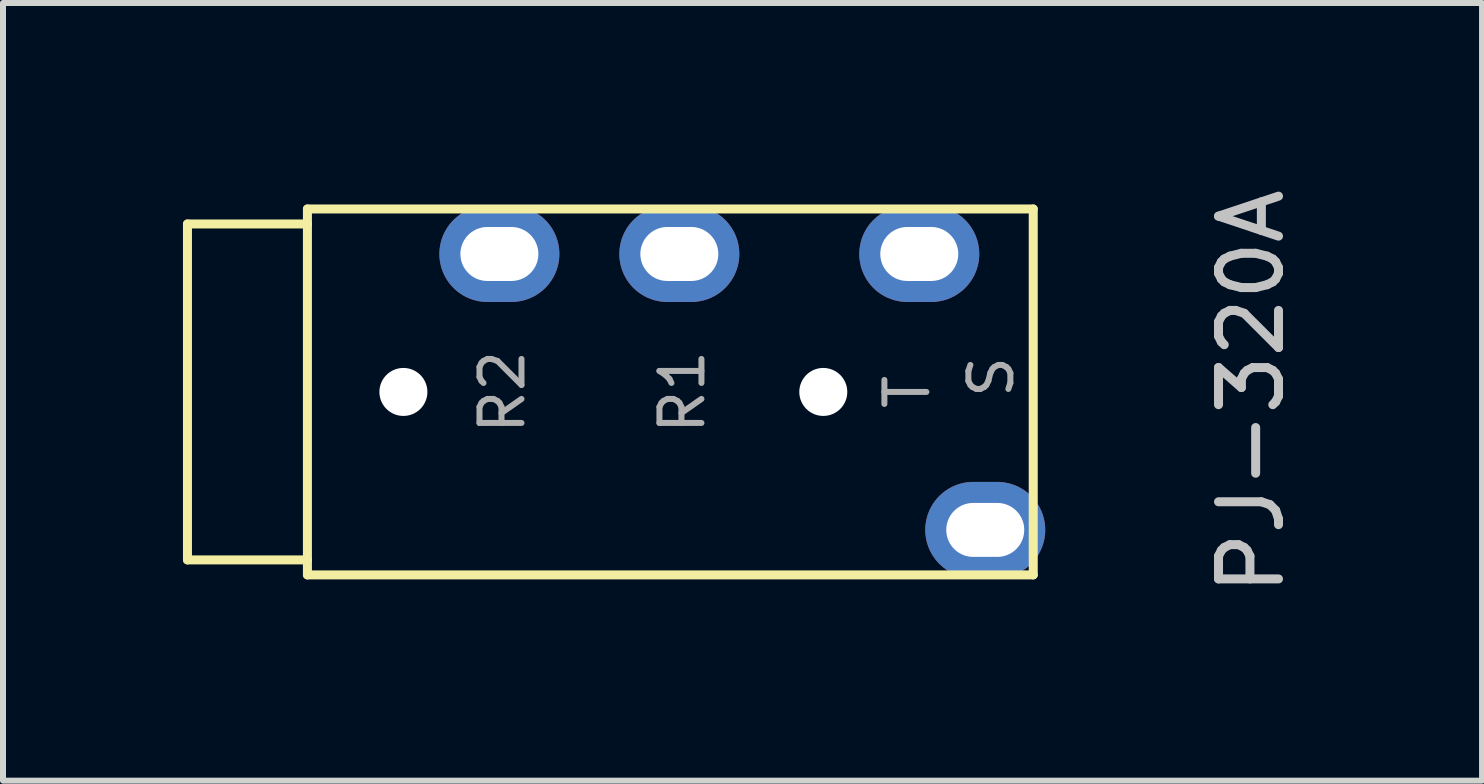
<source format=kicad_pcb>
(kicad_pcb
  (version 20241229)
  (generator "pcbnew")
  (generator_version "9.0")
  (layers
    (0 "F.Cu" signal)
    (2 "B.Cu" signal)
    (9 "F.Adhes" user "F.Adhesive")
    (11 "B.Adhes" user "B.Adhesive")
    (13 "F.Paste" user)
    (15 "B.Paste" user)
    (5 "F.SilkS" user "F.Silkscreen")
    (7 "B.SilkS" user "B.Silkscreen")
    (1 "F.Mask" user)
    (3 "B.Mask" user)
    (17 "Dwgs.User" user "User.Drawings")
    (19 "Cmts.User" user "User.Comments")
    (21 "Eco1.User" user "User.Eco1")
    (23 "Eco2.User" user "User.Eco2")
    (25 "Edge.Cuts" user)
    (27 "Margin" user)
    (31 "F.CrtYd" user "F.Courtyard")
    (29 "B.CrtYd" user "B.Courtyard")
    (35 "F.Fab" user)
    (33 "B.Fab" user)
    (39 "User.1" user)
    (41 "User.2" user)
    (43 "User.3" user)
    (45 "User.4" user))
  (footprint "PJ-320A"
    (layer "F.Cu")
    (at 9.341 3.484)
    (property "Reference" "PJ-320A" (at 8.468 -0.002 90) (layer "Dwgs.User") (effects (font (size 1 1) (thickness 0.15))))
    (attr through_hole)
    (fp_line (start -9.266 -2.8) (end -9.266 2.8) (stroke (width 0.15) (type solid)) (layer "F.SilkS"))
    (fp_line (start -7.266 -3.05) (end -7.266 3.05) (stroke (width 0.15) (type solid)) (layer "F.SilkS"))
    (fp_line (start -7.266 -3.05) (end 4.834 -3.05) (stroke (width 0.15) (type solid)) (layer "F.SilkS"))
    (fp_line (start -7.266 -2.8) (end -9.266 -2.8) (stroke (width 0.15) (type solid)) (layer "F.SilkS"))
    (fp_line (start -7.266 2.8) (end -9.266 2.8) (stroke (width 0.15) (type solid)) (layer "F.SilkS"))
    (fp_line (start -7.266 3.05) (end 4.834 3.05) (stroke (width 0.15) (type solid)) (layer "F.SilkS"))
    (fp_line (start 4.834 -3.05) (end 4.834 3.05) (stroke (width 0.15) (type solid)) (layer "F.SilkS"))
    (fp_text user "R1" (at -1.016 0 90) (layer "F.Fab") (effects (font (size 0.7 0.7) (thickness 0.1))))
    (fp_text user "T" (at 2.734 0 90) (layer "F.Fab") (effects (font (size 0.7 0.7) (thickness 0.1))))
    (fp_text user "S" (at 4.134 -0.25 90) (layer "F.Fab") (effects (font (size 0.7 0.7) (thickness 0.1))))
    (fp_text user "R2" (at -4.016 0 90) (layer "F.Fab") (effects (font (size 0.7 0.7) (thickness 0.1))))
    (pad "" np_thru_hole circle (at -5.666 0 90) (size 0.8 0.8) (drill 0.8) (layers "*.Cu" "*.Mask"))
    (pad "" np_thru_hole circle (at 1.334 0 90) (size 0.8 0.8) (drill 0.8) (layers "*.Cu" "*.Mask"))
    (pad "R1" thru_hole oval (at -1.066 -2.3 90) (size 1.6 2) (drill oval 0.9 1.3) (layers "*.Cu" "*.Mask"))
    (pad "R2" thru_hole oval (at -4.066 -2.3 90) (size 1.6 2) (drill oval 0.9 1.3) (layers "*.Cu" "*.Mask"))
    (pad "S" thru_hole oval (at 4.034 2.3 90) (size 1.6 2) (drill oval 0.9 1.3) (layers "*.Cu" "*.Mask"))
    (pad "T" thru_hole oval (at 2.934 -2.3 90) (size 1.6 2) (drill oval 0.9 1.3) (layers "*.Cu" "*.Mask")))
  (gr_rect
    (start -3 -3)
    (end 21.657 9.964)
    (stroke (width 0.1) (type default))
    (fill no)
    (layer "Edge.Cuts")))
</source>
